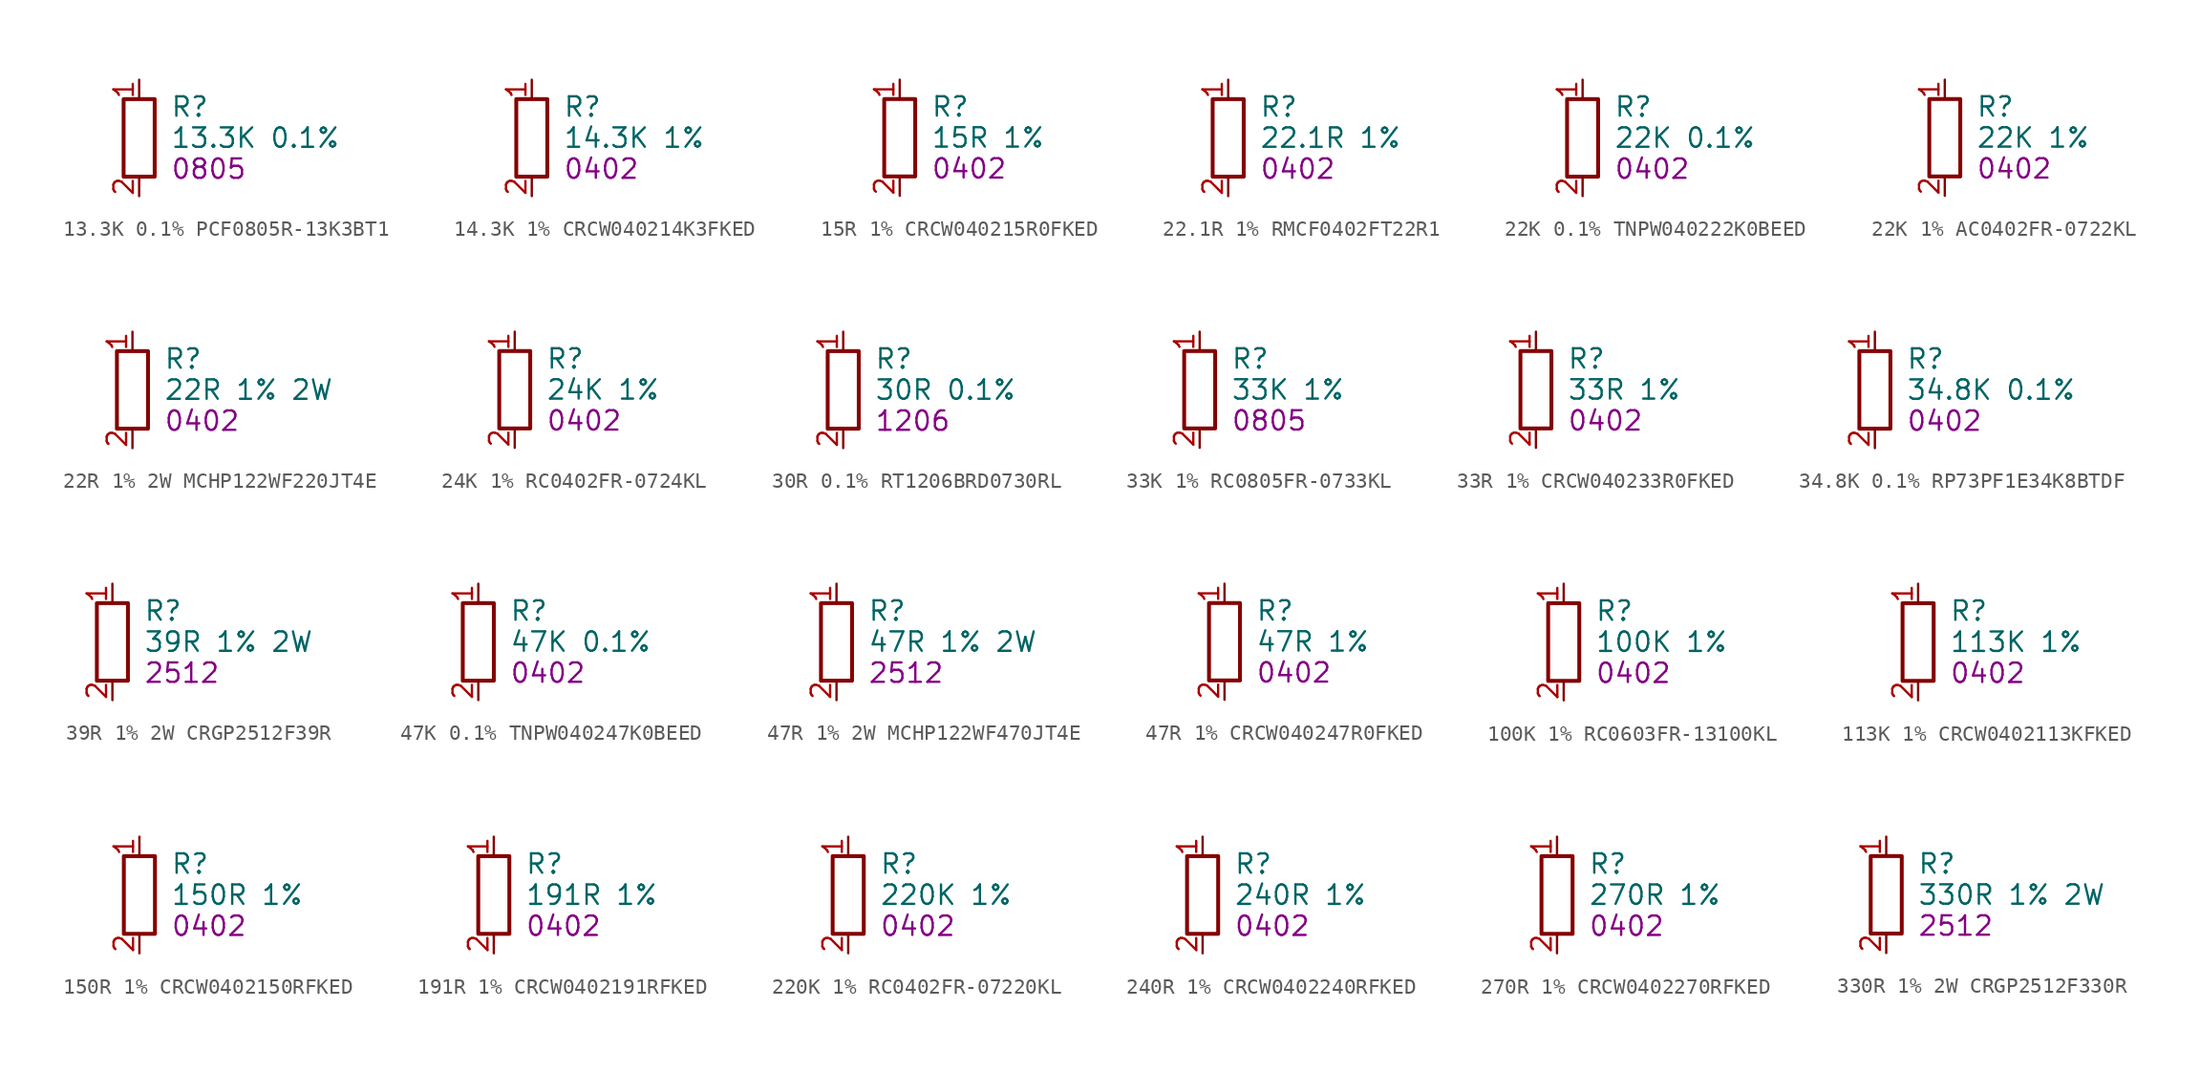
<source format=kicad_sym>
(kicad_symbol_lib
  (version 20241209)
  (generator "dmtdb")
  (generator_version "1.0")
  (symbol "13.3K 0.1% PCF0805R-13K3BT1"
    (property "Reference" "R"
      (at 2.032 2.032 0)
      (effects (font (size 1.27 1.27)) (justify left)))
    (property "Value" "13.3K 0.1%"
      (at 2.032 0 0)
      (effects (font (size 1.27 1.27)) (justify left)))
    (property "FOOTPRINT_SHORT" "0805"
      (at 2.032 -2.032 0)
      (effects (font (size 1.27 1.27)) (justify left)))
    (symbol "13.3K 0.1% PCF0805R-13K3BT1_0_1"
      (rectangle (start -1.016 2.54) (end 1.016 -2.54) (stroke (width 0.254) (type default)) (fill (type none))))
    (symbol "13.3K 0.1% PCF0805R-13K3BT1_1_1"
      (pin passive line (at 0 3.81 270) (length 1.27) (name "~" (effects (font (size 1.27 1.27)))) (number "1" (effects (font (size 1.27 1.27)))))
      (pin passive line (at 0 -3.81 90) (length 1.27) (name "~" (effects (font (size 1.27 1.27)))) (number "2" (effects (font (size 1.27 1.27)))))))
  (symbol "14.3K 1% CRCW040214K3FKED"
    (property "Reference" "R"
      (at 2.032 2.032 0)
      (effects (font (size 1.27 1.27)) (justify left)))
    (property "Value" "14.3K 1%"
      (at 2.032 0 0)
      (effects (font (size 1.27 1.27)) (justify left)))
    (property "FOOTPRINT_SHORT" "0402"
      (at 2.032 -2.032 0)
      (effects (font (size 1.27 1.27)) (justify left)))
    (symbol "14.3K 1% CRCW040214K3FKED_0_1"
      (rectangle (start -1.016 2.54) (end 1.016 -2.54) (stroke (width 0.254) (type default)) (fill (type none))))
    (symbol "14.3K 1% CRCW040214K3FKED_1_1"
      (pin passive line (at 0 3.81 270) (length 1.27) (name "~" (effects (font (size 1.27 1.27)))) (number "1" (effects (font (size 1.27 1.27)))))
      (pin passive line (at 0 -3.81 90) (length 1.27) (name "~" (effects (font (size 1.27 1.27)))) (number "2" (effects (font (size 1.27 1.27)))))))
  (symbol "15R 1% CRCW040215R0FKED"
    (property "Reference" "R"
      (at 2.032 2.032 0)
      (effects (font (size 1.27 1.27)) (justify left)))
    (property "Value" "15R 1%"
      (at 2.032 0 0)
      (effects (font (size 1.27 1.27)) (justify left)))
    (property "FOOTPRINT_SHORT" "0402"
      (at 2.032 -2.032 0)
      (effects (font (size 1.27 1.27)) (justify left)))
    (symbol "15R 1% CRCW040215R0FKED_0_1"
      (rectangle (start -1.016 2.54) (end 1.016 -2.54) (stroke (width 0.254) (type default)) (fill (type none))))
    (symbol "15R 1% CRCW040215R0FKED_1_1"
      (pin passive line (at 0 3.81 270) (length 1.27) (name "~" (effects (font (size 1.27 1.27)))) (number "1" (effects (font (size 1.27 1.27)))))
      (pin passive line (at 0 -3.81 90) (length 1.27) (name "~" (effects (font (size 1.27 1.27)))) (number "2" (effects (font (size 1.27 1.27)))))))
  (symbol "22.1R 1% RMCF0402FT22R1"
    (property "Reference" "R"
      (at 2.032 2.032 0)
      (effects (font (size 1.27 1.27)) (justify left)))
    (property "Value" "22.1R 1%"
      (at 2.032 0 0)
      (effects (font (size 1.27 1.27)) (justify left)))
    (property "FOOTPRINT_SHORT" "0402"
      (at 2.032 -2.032 0)
      (effects (font (size 1.27 1.27)) (justify left)))
    (symbol "22.1R 1% RMCF0402FT22R1_0_1"
      (rectangle (start -1.016 2.54) (end 1.016 -2.54) (stroke (width 0.254) (type default)) (fill (type none))))
    (symbol "22.1R 1% RMCF0402FT22R1_1_1"
      (pin passive line (at 0 3.81 270) (length 1.27) (name "~" (effects (font (size 1.27 1.27)))) (number "1" (effects (font (size 1.27 1.27)))))
      (pin passive line (at 0 -3.81 90) (length 1.27) (name "~" (effects (font (size 1.27 1.27)))) (number "2" (effects (font (size 1.27 1.27)))))))
  (symbol "22K 0.1% TNPW040222K0BEED"
    (property "Reference" "R"
      (at 2.032 2.032 0)
      (effects (font (size 1.27 1.27)) (justify left)))
    (property "Value" "22K 0.1%"
      (at 2.032 0 0)
      (effects (font (size 1.27 1.27)) (justify left)))
    (property "FOOTPRINT_SHORT" "0402"
      (at 2.032 -2.032 0)
      (effects (font (size 1.27 1.27)) (justify left)))
    (symbol "22K 0.1% TNPW040222K0BEED_0_1"
      (rectangle (start -1.016 2.54) (end 1.016 -2.54) (stroke (width 0.254) (type default)) (fill (type none))))
    (symbol "22K 0.1% TNPW040222K0BEED_1_1"
      (pin passive line (at 0 3.81 270) (length 1.27) (name "~" (effects (font (size 1.27 1.27)))) (number "1" (effects (font (size 1.27 1.27)))))
      (pin passive line (at 0 -3.81 90) (length 1.27) (name "~" (effects (font (size 1.27 1.27)))) (number "2" (effects (font (size 1.27 1.27)))))))
  (symbol "22K 1% AC0402FR-0722KL"
    (property "Reference" "R"
      (at 2.032 2.032 0)
      (effects (font (size 1.27 1.27)) (justify left)))
    (property "Value" "22K 1%"
      (at 2.032 0 0)
      (effects (font (size 1.27 1.27)) (justify left)))
    (property "FOOTPRINT_SHORT" "0402"
      (at 2.032 -2.032 0)
      (effects (font (size 1.27 1.27)) (justify left)))
    (symbol "22K 1% AC0402FR-0722KL_0_1"
      (rectangle (start -1.016 2.54) (end 1.016 -2.54) (stroke (width 0.254) (type default)) (fill (type none))))
    (symbol "22K 1% AC0402FR-0722KL_1_1"
      (pin passive line (at 0 3.81 270) (length 1.27) (name "~" (effects (font (size 1.27 1.27)))) (number "1" (effects (font (size 1.27 1.27)))))
      (pin passive line (at 0 -3.81 90) (length 1.27) (name "~" (effects (font (size 1.27 1.27)))) (number "2" (effects (font (size 1.27 1.27)))))))
  (symbol "22R 1% 2W MCHP122WF220JT4E"
    (property "Reference" "R"
      (at 2.032 2.032 0)
      (effects (font (size 1.27 1.27)) (justify left)))
    (property "Value" "22R 1% 2W"
      (at 2.032 0 0)
      (effects (font (size 1.27 1.27)) (justify left)))
    (property "FOOTPRINT_SHORT" "0402"
      (at 2.032 -2.032 0)
      (effects (font (size 1.27 1.27)) (justify left)))
    (symbol "22R 1% 2W MCHP122WF220JT4E_0_1"
      (rectangle (start -1.016 2.54) (end 1.016 -2.54) (stroke (width 0.254) (type default)) (fill (type none))))
    (symbol "22R 1% 2W MCHP122WF220JT4E_1_1"
      (pin passive line (at 0 3.81 270) (length 1.27) (name "~" (effects (font (size 1.27 1.27)))) (number "1" (effects (font (size 1.27 1.27)))))
      (pin passive line (at 0 -3.81 90) (length 1.27) (name "~" (effects (font (size 1.27 1.27)))) (number "2" (effects (font (size 1.27 1.27)))))))
  (symbol "24K 1% RC0402FR-0724KL"
    (property "Reference" "R"
      (at 2.032 2.032 0)
      (effects (font (size 1.27 1.27)) (justify left)))
    (property "Value" "24K 1%"
      (at 2.032 0 0)
      (effects (font (size 1.27 1.27)) (justify left)))
    (property "FOOTPRINT_SHORT" "0402"
      (at 2.032 -2.032 0)
      (effects (font (size 1.27 1.27)) (justify left)))
    (symbol "24K 1% RC0402FR-0724KL_0_1"
      (rectangle (start -1.016 2.54) (end 1.016 -2.54) (stroke (width 0.254) (type default)) (fill (type none))))
    (symbol "24K 1% RC0402FR-0724KL_1_1"
      (pin passive line (at 0 3.81 270) (length 1.27) (name "~" (effects (font (size 1.27 1.27)))) (number "1" (effects (font (size 1.27 1.27)))))
      (pin passive line (at 0 -3.81 90) (length 1.27) (name "~" (effects (font (size 1.27 1.27)))) (number "2" (effects (font (size 1.27 1.27)))))))
  (symbol "30R 0.1% RT1206BRD0730RL"
    (property "Reference" "R"
      (at 2.032 2.032 0)
      (effects (font (size 1.27 1.27)) (justify left)))
    (property "Value" "30R 0.1%"
      (at 2.032 0 0)
      (effects (font (size 1.27 1.27)) (justify left)))
    (property "FOOTPRINT_SHORT" "1206"
      (at 2.032 -2.032 0)
      (effects (font (size 1.27 1.27)) (justify left)))
    (symbol "30R 0.1% RT1206BRD0730RL_0_1"
      (rectangle (start -1.016 2.54) (end 1.016 -2.54) (stroke (width 0.254) (type default)) (fill (type none))))
    (symbol "30R 0.1% RT1206BRD0730RL_1_1"
      (pin passive line (at 0 3.81 270) (length 1.27) (name "~" (effects (font (size 1.27 1.27)))) (number "1" (effects (font (size 1.27 1.27)))))
      (pin passive line (at 0 -3.81 90) (length 1.27) (name "~" (effects (font (size 1.27 1.27)))) (number "2" (effects (font (size 1.27 1.27)))))))
  (symbol "33K 1% RC0805FR-0733KL"
    (property "Reference" "R"
      (at 2.032 2.032 0)
      (effects (font (size 1.27 1.27)) (justify left)))
    (property "Value" "33K 1%"
      (at 2.032 0 0)
      (effects (font (size 1.27 1.27)) (justify left)))
    (property "FOOTPRINT_SHORT" "0805"
      (at 2.032 -2.032 0)
      (effects (font (size 1.27 1.27)) (justify left)))
    (symbol "33K 1% RC0805FR-0733KL_0_1"
      (rectangle (start -1.016 2.54) (end 1.016 -2.54) (stroke (width 0.254) (type default)) (fill (type none))))
    (symbol "33K 1% RC0805FR-0733KL_1_1"
      (pin passive line (at 0 3.81 270) (length 1.27) (name "~" (effects (font (size 1.27 1.27)))) (number "1" (effects (font (size 1.27 1.27)))))
      (pin passive line (at 0 -3.81 90) (length 1.27) (name "~" (effects (font (size 1.27 1.27)))) (number "2" (effects (font (size 1.27 1.27)))))))
  (symbol "33R 1% CRCW040233R0FKED"
    (property "Reference" "R"
      (at 2.032 2.032 0)
      (effects (font (size 1.27 1.27)) (justify left)))
    (property "Value" "33R 1%"
      (at 2.032 0 0)
      (effects (font (size 1.27 1.27)) (justify left)))
    (property "FOOTPRINT_SHORT" "0402"
      (at 2.032 -2.032 0)
      (effects (font (size 1.27 1.27)) (justify left)))
    (symbol "33R 1% CRCW040233R0FKED_0_1"
      (rectangle (start -1.016 2.54) (end 1.016 -2.54) (stroke (width 0.254) (type default)) (fill (type none))))
    (symbol "33R 1% CRCW040233R0FKED_1_1"
      (pin passive line (at 0 3.81 270) (length 1.27) (name "~" (effects (font (size 1.27 1.27)))) (number "1" (effects (font (size 1.27 1.27)))))
      (pin passive line (at 0 -3.81 90) (length 1.27) (name "~" (effects (font (size 1.27 1.27)))) (number "2" (effects (font (size 1.27 1.27)))))))
  (symbol "34.8K 0.1% RP73PF1E34K8BTDF"
    (property "Reference" "R"
      (at 2.032 2.032 0)
      (effects (font (size 1.27 1.27)) (justify left)))
    (property "Value" "34.8K 0.1%"
      (at 2.032 0 0)
      (effects (font (size 1.27 1.27)) (justify left)))
    (property "FOOTPRINT_SHORT" "0402"
      (at 2.032 -2.032 0)
      (effects (font (size 1.27 1.27)) (justify left)))
    (symbol "34.8K 0.1% RP73PF1E34K8BTDF_0_1"
      (rectangle (start -1.016 2.54) (end 1.016 -2.54) (stroke (width 0.254) (type default)) (fill (type none))))
    (symbol "34.8K 0.1% RP73PF1E34K8BTDF_1_1"
      (pin passive line (at 0 3.81 270) (length 1.27) (name "~" (effects (font (size 1.27 1.27)))) (number "1" (effects (font (size 1.27 1.27)))))
      (pin passive line (at 0 -3.81 90) (length 1.27) (name "~" (effects (font (size 1.27 1.27)))) (number "2" (effects (font (size 1.27 1.27)))))))
  (symbol "39R 1% 2W CRGP2512F39R"
    (property "Reference" "R"
      (at 2.032 2.032 0)
      (effects (font (size 1.27 1.27)) (justify left)))
    (property "Value" "39R 1% 2W"
      (at 2.032 0 0)
      (effects (font (size 1.27 1.27)) (justify left)))
    (property "FOOTPRINT_SHORT" "2512"
      (at 2.032 -2.032 0)
      (effects (font (size 1.27 1.27)) (justify left)))
    (symbol "39R 1% 2W CRGP2512F39R_0_1"
      (rectangle (start -1.016 2.54) (end 1.016 -2.54) (stroke (width 0.254) (type default)) (fill (type none))))
    (symbol "39R 1% 2W CRGP2512F39R_1_1"
      (pin passive line (at 0 3.81 270) (length 1.27) (name "~" (effects (font (size 1.27 1.27)))) (number "1" (effects (font (size 1.27 1.27)))))
      (pin passive line (at 0 -3.81 90) (length 1.27) (name "~" (effects (font (size 1.27 1.27)))) (number "2" (effects (font (size 1.27 1.27)))))))
  (symbol "47K 0.1% TNPW040247K0BEED"
    (property "Reference" "R"
      (at 2.032 2.032 0)
      (effects (font (size 1.27 1.27)) (justify left)))
    (property "Value" "47K 0.1%"
      (at 2.032 0 0)
      (effects (font (size 1.27 1.27)) (justify left)))
    (property "FOOTPRINT_SHORT" "0402"
      (at 2.032 -2.032 0)
      (effects (font (size 1.27 1.27)) (justify left)))
    (symbol "47K 0.1% TNPW040247K0BEED_0_1"
      (rectangle (start -1.016 2.54) (end 1.016 -2.54) (stroke (width 0.254) (type default)) (fill (type none))))
    (symbol "47K 0.1% TNPW040247K0BEED_1_1"
      (pin passive line (at 0 3.81 270) (length 1.27) (name "~" (effects (font (size 1.27 1.27)))) (number "1" (effects (font (size 1.27 1.27)))))
      (pin passive line (at 0 -3.81 90) (length 1.27) (name "~" (effects (font (size 1.27 1.27)))) (number "2" (effects (font (size 1.27 1.27)))))))
  (symbol "47R 1% 2W MCHP122WF470JT4E"
    (property "Reference" "R"
      (at 2.032 2.032 0)
      (effects (font (size 1.27 1.27)) (justify left)))
    (property "Value" "47R 1% 2W"
      (at 2.032 0 0)
      (effects (font (size 1.27 1.27)) (justify left)))
    (property "FOOTPRINT_SHORT" "2512"
      (at 2.032 -2.032 0)
      (effects (font (size 1.27 1.27)) (justify left)))
    (symbol "47R 1% 2W MCHP122WF470JT4E_0_1"
      (rectangle (start -1.016 2.54) (end 1.016 -2.54) (stroke (width 0.254) (type default)) (fill (type none))))
    (symbol "47R 1% 2W MCHP122WF470JT4E_1_1"
      (pin passive line (at 0 3.81 270) (length 1.27) (name "~" (effects (font (size 1.27 1.27)))) (number "1" (effects (font (size 1.27 1.27)))))
      (pin passive line (at 0 -3.81 90) (length 1.27) (name "~" (effects (font (size 1.27 1.27)))) (number "2" (effects (font (size 1.27 1.27)))))))
  (symbol "47R 1% CRCW040247R0FKED"
    (property "Reference" "R"
      (at 2.032 2.032 0)
      (effects (font (size 1.27 1.27)) (justify left)))
    (property "Value" "47R 1%"
      (at 2.032 0 0)
      (effects (font (size 1.27 1.27)) (justify left)))
    (property "FOOTPRINT_SHORT" "0402"
      (at 2.032 -2.032 0)
      (effects (font (size 1.27 1.27)) (justify left)))
    (symbol "47R 1% CRCW040247R0FKED_0_1"
      (rectangle (start -1.016 2.54) (end 1.016 -2.54) (stroke (width 0.254) (type default)) (fill (type none))))
    (symbol "47R 1% CRCW040247R0FKED_1_1"
      (pin passive line (at 0 3.81 270) (length 1.27) (name "~" (effects (font (size 1.27 1.27)))) (number "1" (effects (font (size 1.27 1.27)))))
      (pin passive line (at 0 -3.81 90) (length 1.27) (name "~" (effects (font (size 1.27 1.27)))) (number "2" (effects (font (size 1.27 1.27)))))))
  (symbol "100K 1% RC0603FR-13100KL"
    (property "Reference" "R"
      (at 2.032 2.032 0)
      (effects (font (size 1.27 1.27)) (justify left)))
    (property "Value" "100K 1%"
      (at 2.032 0 0)
      (effects (font (size 1.27 1.27)) (justify left)))
    (property "FOOTPRINT_SHORT" "0402"
      (at 2.032 -2.032 0)
      (effects (font (size 1.27 1.27)) (justify left)))
    (symbol "100K 1% RC0603FR-13100KL_0_1"
      (rectangle (start -1.016 2.54) (end 1.016 -2.54) (stroke (width 0.254) (type default)) (fill (type none))))
    (symbol "100K 1% RC0603FR-13100KL_1_1"
      (pin passive line (at 0 3.81 270) (length 1.27) (name "~" (effects (font (size 1.27 1.27)))) (number "1" (effects (font (size 1.27 1.27)))))
      (pin passive line (at 0 -3.81 90) (length 1.27) (name "~" (effects (font (size 1.27 1.27)))) (number "2" (effects (font (size 1.27 1.27)))))))
  (symbol "113K 1% CRCW0402113KFKED"
    (property "Reference" "R"
      (at 2.032 2.032 0)
      (effects (font (size 1.27 1.27)) (justify left)))
    (property "Value" "113K 1%"
      (at 2.032 0 0)
      (effects (font (size 1.27 1.27)) (justify left)))
    (property "FOOTPRINT_SHORT" "0402"
      (at 2.032 -2.032 0)
      (effects (font (size 1.27 1.27)) (justify left)))
    (symbol "113K 1% CRCW0402113KFKED_0_1"
      (rectangle (start -1.016 2.54) (end 1.016 -2.54) (stroke (width 0.254) (type default)) (fill (type none))))
    (symbol "113K 1% CRCW0402113KFKED_1_1"
      (pin passive line (at 0 3.81 270) (length 1.27) (name "~" (effects (font (size 1.27 1.27)))) (number "1" (effects (font (size 1.27 1.27)))))
      (pin passive line (at 0 -3.81 90) (length 1.27) (name "~" (effects (font (size 1.27 1.27)))) (number "2" (effects (font (size 1.27 1.27)))))))
  (symbol "150R 1% CRCW0402150RFKED"
    (property "Reference" "R"
      (at 2.032 2.032 0)
      (effects (font (size 1.27 1.27)) (justify left)))
    (property "Value" "150R 1%"
      (at 2.032 0 0)
      (effects (font (size 1.27 1.27)) (justify left)))
    (property "FOOTPRINT_SHORT" "0402"
      (at 2.032 -2.032 0)
      (effects (font (size 1.27 1.27)) (justify left)))
    (symbol "150R 1% CRCW0402150RFKED_0_1"
      (rectangle (start -1.016 2.54) (end 1.016 -2.54) (stroke (width 0.254) (type default)) (fill (type none))))
    (symbol "150R 1% CRCW0402150RFKED_1_1"
      (pin passive line (at 0 3.81 270) (length 1.27) (name "~" (effects (font (size 1.27 1.27)))) (number "1" (effects (font (size 1.27 1.27)))))
      (pin passive line (at 0 -3.81 90) (length 1.27) (name "~" (effects (font (size 1.27 1.27)))) (number "2" (effects (font (size 1.27 1.27)))))))
  (symbol "191R 1% CRCW0402191RFKED"
    (property "Reference" "R"
      (at 2.032 2.032 0)
      (effects (font (size 1.27 1.27)) (justify left)))
    (property "Value" "191R 1%"
      (at 2.032 0 0)
      (effects (font (size 1.27 1.27)) (justify left)))
    (property "FOOTPRINT_SHORT" "0402"
      (at 2.032 -2.032 0)
      (effects (font (size 1.27 1.27)) (justify left)))
    (symbol "191R 1% CRCW0402191RFKED_0_1"
      (rectangle (start -1.016 2.54) (end 1.016 -2.54) (stroke (width 0.254) (type default)) (fill (type none))))
    (symbol "191R 1% CRCW0402191RFKED_1_1"
      (pin passive line (at 0 3.81 270) (length 1.27) (name "~" (effects (font (size 1.27 1.27)))) (number "1" (effects (font (size 1.27 1.27)))))
      (pin passive line (at 0 -3.81 90) (length 1.27) (name "~" (effects (font (size 1.27 1.27)))) (number "2" (effects (font (size 1.27 1.27)))))))
  (symbol "220K 1% RC0402FR-07220KL"
    (property "Reference" "R"
      (at 2.032 2.032 0)
      (effects (font (size 1.27 1.27)) (justify left)))
    (property "Value" "220K 1%"
      (at 2.032 0 0)
      (effects (font (size 1.27 1.27)) (justify left)))
    (property "FOOTPRINT_SHORT" "0402"
      (at 2.032 -2.032 0)
      (effects (font (size 1.27 1.27)) (justify left)))
    (symbol "220K 1% RC0402FR-07220KL_0_1"
      (rectangle (start -1.016 2.54) (end 1.016 -2.54) (stroke (width 0.254) (type default)) (fill (type none))))
    (symbol "220K 1% RC0402FR-07220KL_1_1"
      (pin passive line (at 0 3.81 270) (length 1.27) (name "~" (effects (font (size 1.27 1.27)))) (number "1" (effects (font (size 1.27 1.27)))))
      (pin passive line (at 0 -3.81 90) (length 1.27) (name "~" (effects (font (size 1.27 1.27)))) (number "2" (effects (font (size 1.27 1.27)))))))
  (symbol "240R 1% CRCW0402240RFKED"
    (property "Reference" "R"
      (at 2.032 2.032 0)
      (effects (font (size 1.27 1.27)) (justify left)))
    (property "Value" "240R 1%"
      (at 2.032 0 0)
      (effects (font (size 1.27 1.27)) (justify left)))
    (property "FOOTPRINT_SHORT" "0402"
      (at 2.032 -2.032 0)
      (effects (font (size 1.27 1.27)) (justify left)))
    (symbol "240R 1% CRCW0402240RFKED_0_1"
      (rectangle (start -1.016 2.54) (end 1.016 -2.54) (stroke (width 0.254) (type default)) (fill (type none))))
    (symbol "240R 1% CRCW0402240RFKED_1_1"
      (pin passive line (at 0 3.81 270) (length 1.27) (name "~" (effects (font (size 1.27 1.27)))) (number "1" (effects (font (size 1.27 1.27)))))
      (pin passive line (at 0 -3.81 90) (length 1.27) (name "~" (effects (font (size 1.27 1.27)))) (number "2" (effects (font (size 1.27 1.27)))))))
  (symbol "270R 1% CRCW0402270RFKED"
    (property "Reference" "R"
      (at 2.032 2.032 0)
      (effects (font (size 1.27 1.27)) (justify left)))
    (property "Value" "270R 1%"
      (at 2.032 0 0)
      (effects (font (size 1.27 1.27)) (justify left)))
    (property "FOOTPRINT_SHORT" "0402"
      (at 2.032 -2.032 0)
      (effects (font (size 1.27 1.27)) (justify left)))
    (symbol "270R 1% CRCW0402270RFKED_0_1"
      (rectangle (start -1.016 2.54) (end 1.016 -2.54) (stroke (width 0.254) (type default)) (fill (type none))))
    (symbol "270R 1% CRCW0402270RFKED_1_1"
      (pin passive line (at 0 3.81 270) (length 1.27) (name "~" (effects (font (size 1.27 1.27)))) (number "1" (effects (font (size 1.27 1.27)))))
      (pin passive line (at 0 -3.81 90) (length 1.27) (name "~" (effects (font (size 1.27 1.27)))) (number "2" (effects (font (size 1.27 1.27)))))))
  (symbol "330R 1% 2W CRGP2512F330R"
    (property "Reference" "R"
      (at 2.032 2.032 0)
      (effects (font (size 1.27 1.27)) (justify left)))
    (property "Value" "330R 1% 2W"
      (at 2.032 0 0)
      (effects (font (size 1.27 1.27)) (justify left)))
    (property "FOOTPRINT_SHORT" "2512"
      (at 2.032 -2.032 0)
      (effects (font (size 1.27 1.27)) (justify left)))
    (symbol "330R 1% 2W CRGP2512F330R_0_1"
      (rectangle (start -1.016 2.54) (end 1.016 -2.54) (stroke (width 0.254) (type default)) (fill (type none))))
    (symbol "330R 1% 2W CRGP2512F330R_1_1"
      (pin passive line (at 0 3.81 270) (length 1.27) (name "~" (effects (font (size 1.27 1.27)))) (number "1" (effects (font (size 1.27 1.27)))))
      (pin passive line (at 0 -3.81 90) (length 1.27) (name "~" (effects (font (size 1.27 1.27)))) (number "2" (effects (font (size 1.27 1.27))))))))
</source>
